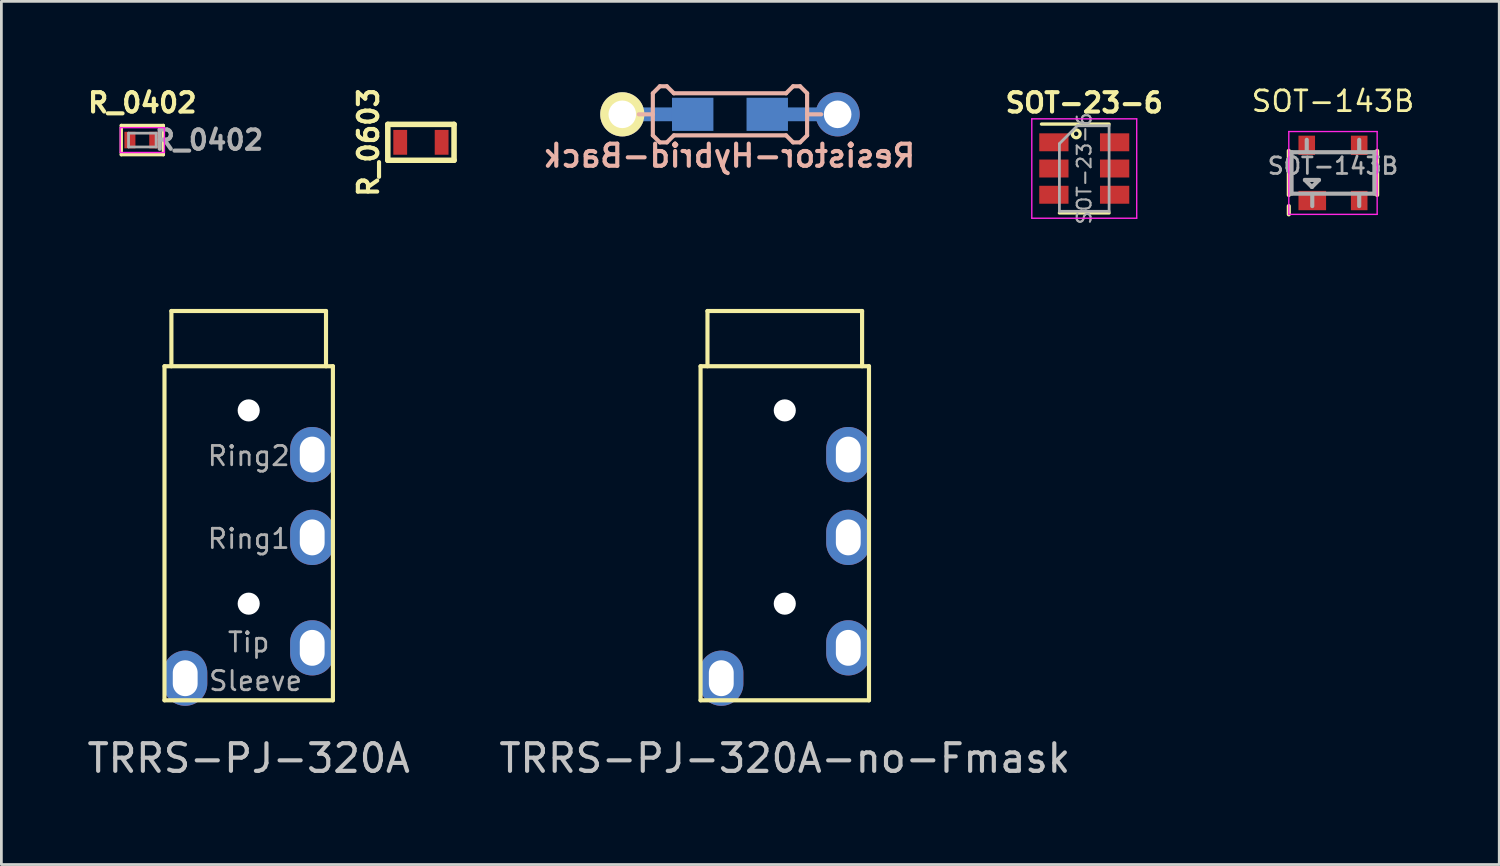
<source format=kicad_pcb>
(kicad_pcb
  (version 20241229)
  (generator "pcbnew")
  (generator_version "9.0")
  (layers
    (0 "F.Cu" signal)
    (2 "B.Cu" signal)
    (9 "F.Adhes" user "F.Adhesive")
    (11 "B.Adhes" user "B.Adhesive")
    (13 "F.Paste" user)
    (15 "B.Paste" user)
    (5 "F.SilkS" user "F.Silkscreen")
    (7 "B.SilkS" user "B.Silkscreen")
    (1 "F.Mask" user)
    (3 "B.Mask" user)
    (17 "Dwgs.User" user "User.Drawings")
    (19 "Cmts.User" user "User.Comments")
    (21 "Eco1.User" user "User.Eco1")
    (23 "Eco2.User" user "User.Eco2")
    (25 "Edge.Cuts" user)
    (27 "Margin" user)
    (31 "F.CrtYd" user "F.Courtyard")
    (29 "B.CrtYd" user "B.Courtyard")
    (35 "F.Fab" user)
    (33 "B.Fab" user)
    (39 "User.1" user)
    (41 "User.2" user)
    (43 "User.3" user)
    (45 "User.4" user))
  (footprint "SOT-143B"
    (layer "F.Cu")
    (at 45.231 3.214)
    (property "Reference" "SOT-143B" (at 0 -2.6 0) (layer "F.SilkS") (effects (font (size 0.75 0.75) (thickness 0.1))))
    (attr smd)
    (fp_line (start -1.6 -0.8) (end -1.6 0.8) (stroke (width 0.15) (type solid)) (layer "F.SilkS"))
    (fp_line (start -1.6 1.2) (end -1.6 1.5) (stroke (width 0.15) (type solid)) (layer "F.SilkS"))
    (fp_line (start 1.6 -0.8) (end 1.6 0.8) (stroke (width 0.15) (type solid)) (layer "F.SilkS"))
    (fp_line (start -1.6 -1.5) (end -1.6 1.5) (stroke (width 0.05) (type solid)) (layer "F.CrtYd"))
    (fp_line (start -1.6 -1.5) (end 1.6 -1.5) (stroke (width 0.05) (type solid)) (layer "F.CrtYd"))
    (fp_line (start -1.6 1.5) (end 1.6 1.5) (stroke (width 0.05) (type solid)) (layer "F.CrtYd"))
    (fp_line (start 1.6 -1.5) (end 1.6 1.5) (stroke (width 0.05) (type solid)) (layer "F.CrtYd"))
    (fp_line (start -1.5 -0.75) (end -1.5 0.75) (stroke (width 0.15) (type solid)) (layer "F.Fab"))
    (fp_line (start -1.5 0.75) (end 1.5 0.75) (stroke (width 0.15) (type solid)) (layer "F.Fab"))
    (fp_line (start -1.016 0.254) (end -0.762 0.508) (stroke (width 0.15) (type solid)) (layer "F.Fab"))
    (fp_line (start -0.95 -1.2) (end -0.95 -0.762) (stroke (width 0.15) (type solid)) (layer "F.Fab"))
    (fp_line (start -0.762 0.508) (end -0.508 0.254) (stroke (width 0.15) (type solid)) (layer "F.Fab"))
    (fp_line (start -0.75 1.2) (end -0.75 0.762) (stroke (width 0.15) (type solid)) (layer "F.Fab"))
    (fp_line (start -0.508 0.254) (end -1.016 0.254) (stroke (width 0.15) (type solid)) (layer "F.Fab"))
    (fp_line (start 0.95 -1.2) (end 0.95 -0.762) (stroke (width 0.15) (type solid)) (layer "F.Fab"))
    (fp_line (start 0.95 1.2) (end 0.95 0.762) (stroke (width 0.15) (type solid)) (layer "F.Fab"))
    (fp_line (start 1.5 -0.75) (end -1.5 -0.75) (stroke (width 0.15) (type solid)) (layer "F.Fab"))
    (fp_line (start 1.5 0.75) (end 1.5 -0.75) (stroke (width 0.15) (type solid)) (layer "F.Fab"))
    (fp_text user "${REFERENCE}" (at 0 -0.254 0) (layer "F.Fab") (effects (font (size 0.6 0.6) (thickness 0.1))))
    (pad "1" smd rect (at -0.75 1) (size 1 0.7) (layers "F.Cu" "F.Mask" "F.Paste"))
    (pad "2" smd rect (at 0.95 1) (size 0.6 0.7) (layers "F.Cu" "F.Mask" "F.Paste"))
    (pad "3" smd rect (at 0.95 -1) (size 0.6 0.7) (layers "F.Cu" "F.Mask" "F.Paste"))
    (pad "4" smd rect (at -0.95 -1) (size 0.6 0.7) (layers "F.Cu" "F.Mask" "F.Paste")))
  (footprint "Resistor-Hybrid-Back"
    (layer "F.Cu")
    (at 23.39 1.091)
    (property "Reference" "Resistor-Hybrid-Back" (at -0.025 1.5 0) (layer "B.SilkS") (effects (font (size 0.8 0.8) (thickness 0.15)) (justify mirror)))
    (attr smd)
    (fp_line (start -3.302 0) (end -2.794 0) (stroke (width 0.15) (type solid)) (layer "B.SilkS"))
    (fp_line (start -2.794 -0.762) (end -2.54 -1.016) (stroke (width 0.15) (type solid)) (layer "B.SilkS"))
    (fp_line (start -2.794 0.762) (end -2.794 -0.762) (stroke (width 0.15) (type solid)) (layer "B.SilkS"))
    (fp_line (start -2.54 -1.016) (end -2.286 -1.016) (stroke (width 0.15) (type solid)) (layer "B.SilkS"))
    (fp_line (start -2.54 1.016) (end -2.794 0.762) (stroke (width 0.15) (type solid)) (layer "B.SilkS"))
    (fp_line (start -2.286 -1.016) (end -2.032 -0.762) (stroke (width 0.15) (type solid)) (layer "B.SilkS"))
    (fp_line (start -2.286 1.016) (end -2.54 1.016) (stroke (width 0.15) (type solid)) (layer "B.SilkS"))
    (fp_line (start -2.032 -0.762) (end 2.032 -0.762) (stroke (width 0.15) (type solid)) (layer "B.SilkS"))
    (fp_line (start -2.032 0.762) (end -2.286 1.016) (stroke (width 0.15) (type solid)) (layer "B.SilkS"))
    (fp_line (start 2.032 -0.762) (end 2.286 -1.016) (stroke (width 0.15) (type solid)) (layer "B.SilkS"))
    (fp_line (start 2.032 0.762) (end -2.032 0.762) (stroke (width 0.15) (type solid)) (layer "B.SilkS"))
    (fp_line (start 2.286 -1.016) (end 2.54 -1.016) (stroke (width 0.15) (type solid)) (layer "B.SilkS"))
    (fp_line (start 2.286 1.016) (end 2.032 0.762) (stroke (width 0.15) (type solid)) (layer "B.SilkS"))
    (fp_line (start 2.54 -1.016) (end 2.794 -0.762) (stroke (width 0.15) (type solid)) (layer "B.SilkS"))
    (fp_line (start 2.54 1.016) (end 2.286 1.016) (stroke (width 0.15) (type solid)) (layer "B.SilkS"))
    (fp_line (start 2.794 -0.762) (end 2.794 0.762) (stroke (width 0.15) (type solid)) (layer "B.SilkS"))
    (fp_line (start 2.794 0) (end 3.302 0) (stroke (width 0.15) (type solid)) (layer "B.SilkS"))
    (fp_line (start 2.794 0.762) (end 2.54 1.016) (stroke (width 0.15) (type solid)) (layer "B.SilkS"))
    (pad "1" smd rect (at 1.35 0) (size 1.5 1.2) (layers "B.Cu" "B.Mask" "B.Paste"))
    (pad "1" smd rect (at 2.5 0) (size 2.9 0.5) (layers "B.Cu"))
    (pad "1" thru_hole circle (at 3.9 0) (size 1.6 1.6) (drill 1) (layers "*.Cu" "*.Mask"))
    (pad "2" thru_hole circle (at -3.9 0) (size 1.6 1.6) (drill 1) (layers "*.Cu" "*.Mask" "F.SilkS"))
    (pad "2" smd rect (at -2.5 0) (size 2.9 0.5) (layers "B.Cu"))
    (pad "2" smd rect (at -1.35 0) (size 1.5 1.2) (layers "B.Cu" "B.Mask" "B.Paste")))
  (footprint "TRRS-PJ-320A-no-Fmask"
    (layer "F.Cu")
    (at 25.375 10.215)
    (property "Reference" "TRRS-PJ-320A-no-Fmask" (at 0 14.2 0) (layer "Dwgs.User") (effects (font (size 1 1) (thickness 0.15))))
    (attr through_hole)
    (fp_line (start -3.05 0) (end -3.05 12.1) (stroke (width 0.15) (type solid)) (layer "F.SilkS"))
    (fp_line (start -2.8 0) (end -2.8 -2) (stroke (width 0.15) (type solid)) (layer "F.SilkS"))
    (fp_line (start 2.8 -2) (end -2.8 -2) (stroke (width 0.15) (type solid)) (layer "F.SilkS"))
    (fp_line (start 2.8 0) (end 2.8 -2) (stroke (width 0.15) (type solid)) (layer "F.SilkS"))
    (fp_line (start 3.05 0) (end -3.05 0) (stroke (width 0.15) (type solid)) (layer "F.SilkS"))
    (fp_line (start 3.05 0) (end 3.05 12.1) (stroke (width 0.15) (type solid)) (layer "F.SilkS"))
    (fp_line (start 3.05 12.1) (end -3.05 12.1) (stroke (width 0.15) (type solid)) (layer "F.SilkS"))
    (pad "" np_thru_hole circle (at 0 1.6) (size 0.8 0.8) (drill 0.8) (layers "*.Cu" "*.Mask"))
    (pad "" np_thru_hole circle (at 0 8.6) (size 0.8 0.8) (drill 0.8) (layers "*.Cu" "*.Mask"))
    (pad "1" thru_hole oval (at -2.3 11.3) (size 1.6 2) (drill oval 0.9 1.3) (layers "*.Cu" "B.Mask"))
    (pad "2" thru_hole oval (at 2.3 10.2) (size 1.6 2) (drill oval 0.9 1.3) (layers "*.Cu" "B.Mask"))
    (pad "3" thru_hole oval (at 2.3 6.2) (size 1.6 2) (drill oval 0.9 1.3) (layers "*.Cu" "B.Mask"))
    (pad "4" thru_hole oval (at 2.3 3.2) (size 1.6 2) (drill oval 0.9 1.3) (layers "*.Cu" "B.Mask")))
  (footprint "R_0402"
    (layer "F.Cu")
    (at 2.105 2.023)
    (property "Reference" "R_0402" (at 0 -1.35 0) (layer "F.SilkS") (effects (font (size 0.7 0.7) (thickness 0.15))))
    (attr smd)
    (fp_line (start -0.762 -0.53) (end -0.762 0.53) (stroke (width 0.12) (type solid)) (layer "F.SilkS"))
    (fp_line (start -0.762 0.53) (end 0.762 0.53) (stroke (width 0.12) (type solid)) (layer "F.SilkS"))
    (fp_line (start 0.762 -0.53) (end -0.762 -0.53) (stroke (width 0.12) (type solid)) (layer "F.SilkS"))
    (fp_line (start 0.762 -0.53) (end 0.762 0.53) (stroke (width 0.12) (type solid)) (layer "F.SilkS"))
    (fp_line (start -0.8 -0.45) (end -0.8 0.45) (stroke (width 0.05) (type solid)) (layer "F.CrtYd"))
    (fp_line (start -0.8 -0.45) (end 0.8 -0.45) (stroke (width 0.05) (type solid)) (layer "F.CrtYd"))
    (fp_line (start 0.8 0.45) (end -0.8 0.45) (stroke (width 0.05) (type solid)) (layer "F.CrtYd"))
    (fp_line (start 0.8 0.45) (end 0.8 -0.45) (stroke (width 0.05) (type solid)) (layer "F.CrtYd"))
    (fp_line (start -0.5 -0.25) (end 0.5 -0.25) (stroke (width 0.1) (type solid)) (layer "F.Fab"))
    (fp_line (start -0.5 0.25) (end -0.5 -0.25) (stroke (width 0.1) (type solid)) (layer "F.Fab"))
    (fp_line (start 0.5 -0.25) (end 0.5 0.25) (stroke (width 0.1) (type solid)) (layer "F.Fab"))
    (fp_line (start 0.5 0.25) (end -0.5 0.25) (stroke (width 0.1) (type solid)) (layer "F.Fab"))
    (fp_text user "${REFERENCE}" (at 2.413 0 0) (layer "F.Fab") (effects (font (size 0.7 0.7) (thickness 0.15))))
    (pad "1" smd rect (at -0.45 0) (size 0.4 0.6) (layers "F.Cu" "F.Mask" "F.Paste"))
    (pad "2" smd rect (at 0.45 0) (size 0.4 0.6) (layers "F.Cu" "F.Mask" "F.Paste")))
  (footprint "SOT-23-6"
    (layer "F.Cu")
    (at 36.222 3.054)
    (property "Reference" "SOT-23-6" (at 0 -2.381 0) (layer "F.SilkS") (effects (font (size 0.7 0.7) (thickness 0.15))))
    (attr smd)
    (fp_line (start -0.9 1.61) (end 0.9 1.61) (stroke (width 0.12) (type solid)) (layer "F.SilkS"))
    (fp_line (start 0.9 -1.61) (end -1.55 -1.61) (stroke (width 0.12) (type solid)) (layer "F.SilkS"))
    (fp_circle (center -0.291 -1.256) (end -0.391 -1.356) (stroke (width 0.12) (type solid)) (fill no) (layer "F.SilkS"))
    (fp_line (start -1.9 -1.8) (end -1.9 1.8) (stroke (width 0.05) (type solid)) (layer "F.CrtYd"))
    (fp_line (start -1.9 1.8) (end 1.9 1.8) (stroke (width 0.05) (type solid)) (layer "F.CrtYd"))
    (fp_line (start 1.9 -1.8) (end -1.9 -1.8) (stroke (width 0.05) (type solid)) (layer "F.CrtYd"))
    (fp_line (start 1.9 1.8) (end 1.9 -1.8) (stroke (width 0.05) (type solid)) (layer "F.CrtYd"))
    (fp_line (start -0.9 -0.9) (end -0.9 1.55) (stroke (width 0.1) (type solid)) (layer "F.Fab"))
    (fp_line (start -0.9 -0.9) (end -0.25 -1.55) (stroke (width 0.1) (type solid)) (layer "F.Fab"))
    (fp_line (start 0.9 -1.55) (end -0.25 -1.55) (stroke (width 0.1) (type solid)) (layer "F.Fab"))
    (fp_line (start 0.9 -1.55) (end 0.9 1.55) (stroke (width 0.1) (type solid)) (layer "F.Fab"))
    (fp_line (start 0.9 1.55) (end -0.9 1.55) (stroke (width 0.1) (type solid)) (layer "F.Fab"))
    (fp_text user "${REFERENCE}" (at 0 0 90) (layer "F.Fab") (effects (font (size 0.5 0.5) (thickness 0.075))))
    (pad "1" smd rect (at -1.1 -0.95) (size 1.06 0.65) (layers "F.Cu" "F.Mask" "F.Paste"))
    (pad "2" smd rect (at -1.1 0) (size 1.06 0.65) (layers "F.Cu" "F.Mask" "F.Paste"))
    (pad "3" smd rect (at -1.1 0.95) (size 1.06 0.65) (layers "F.Cu" "F.Mask" "F.Paste"))
    (pad "4" smd rect (at 1.1 0.95) (size 1.06 0.65) (layers "F.Cu" "F.Mask" "F.Paste"))
    (pad "5" smd rect (at 1.1 0) (size 1.06 0.65) (layers "F.Cu" "F.Mask" "F.Paste"))
    (pad "6" smd rect (at 1.1 -0.95) (size 1.06 0.65) (layers "F.Cu" "F.Mask" "F.Paste")))
  (footprint "TRRS-PJ-320A"
    (layer "F.Cu")
    (at 5.958 10.215)
    (property "Reference" "TRRS-PJ-320A" (at 0 14.2 0) (layer "Dwgs.User") (effects (font (size 1 1) (thickness 0.15))))
    (attr through_hole)
    (fp_line (start -3.05 0) (end -3.05 12.1) (stroke (width 0.15) (type solid)) (layer "F.SilkS"))
    (fp_line (start -2.8 0) (end -2.8 -2) (stroke (width 0.15) (type solid)) (layer "F.SilkS"))
    (fp_line (start 2.8 -2) (end -2.8 -2) (stroke (width 0.15) (type solid)) (layer "F.SilkS"))
    (fp_line (start 2.8 0) (end 2.8 -2) (stroke (width 0.15) (type solid)) (layer "F.SilkS"))
    (fp_line (start 3.05 0) (end -3.05 0) (stroke (width 0.15) (type solid)) (layer "F.SilkS"))
    (fp_line (start 3.05 0) (end 3.05 12.1) (stroke (width 0.15) (type solid)) (layer "F.SilkS"))
    (fp_line (start 3.05 12.1) (end -3.05 12.1) (stroke (width 0.15) (type solid)) (layer "F.SilkS"))
    (fp_text user "Ring1" (at 0 6.25 0) (layer "F.Fab") (effects (font (size 0.7 0.7) (thickness 0.1))))
    (fp_text user "Ring2" (at 0 3.25 0) (layer "F.Fab") (effects (font (size 0.7 0.7) (thickness 0.1))))
    (fp_text user "Sleeve" (at 0.25 11.4 0) (layer "F.Fab") (effects (font (size 0.7 0.7) (thickness 0.1))))
    (fp_text user "Tip" (at 0 10 0) (layer "F.Fab") (effects (font (size 0.7 0.7) (thickness 0.1))))
    (pad "" np_thru_hole circle (at 0 1.6) (size 0.8 0.8) (drill 0.8) (layers "*.Cu" "*.Mask"))
    (pad "" np_thru_hole circle (at 0 8.6) (size 0.8 0.8) (drill 0.8) (layers "*.Cu" "*.Mask"))
    (pad "1" thru_hole oval (at -2.3 11.3) (size 1.6 2) (drill oval 0.9 1.3) (layers "*.Cu" "*.Mask"))
    (pad "2" thru_hole oval (at 2.3 10.2) (size 1.6 2) (drill oval 0.9 1.3) (layers "*.Cu" "*.Mask"))
    (pad "3" thru_hole oval (at 2.3 6.2) (size 1.6 2) (drill oval 0.9 1.3) (layers "*.Cu" "*.Mask"))
    (pad "4" thru_hole oval (at 2.3 3.2) (size 1.6 2) (drill oval 0.9 1.3) (layers "*.Cu" "*.Mask")))
  (footprint "R_0603"
    (layer "F.Cu")
    (at 12.196 2.105)
    (property "Reference" "R_0603" (at -1.9 0 90) (layer "F.SilkS") (effects (font (size 0.7 0.7) (thickness 0.15))))
    (attr smd)
    (fp_line (start -1.2 -0.65) (end 1.2 -0.65) (stroke (width 0.2) (type solid)) (layer "F.SilkS"))
    (fp_line (start -1.2 0.65) (end -1.2 -0.65) (stroke (width 0.2) (type solid)) (layer "F.SilkS"))
    (fp_line (start 1.2 -0.65) (end 1.2 0.65) (stroke (width 0.2) (type solid)) (layer "F.SilkS"))
    (fp_line (start 1.2 0.65) (end -1.2 0.65) (stroke (width 0.2) (type solid)) (layer "F.SilkS"))
    (pad "1" smd rect (at -0.75 0) (size 0.5 0.9) (layers "F.Cu" "F.Mask" "F.Paste"))
    (pad "2" smd rect (at 0.75 0) (size 0.5 0.9) (layers "F.Cu" "F.Mask" "F.Paste")))
  (gr_rect
    (start -3 -3)
    (end 51.253 28.264)
    (stroke (width 0.1) (type default))
    (fill no)
    (layer "Edge.Cuts")))
</source>
